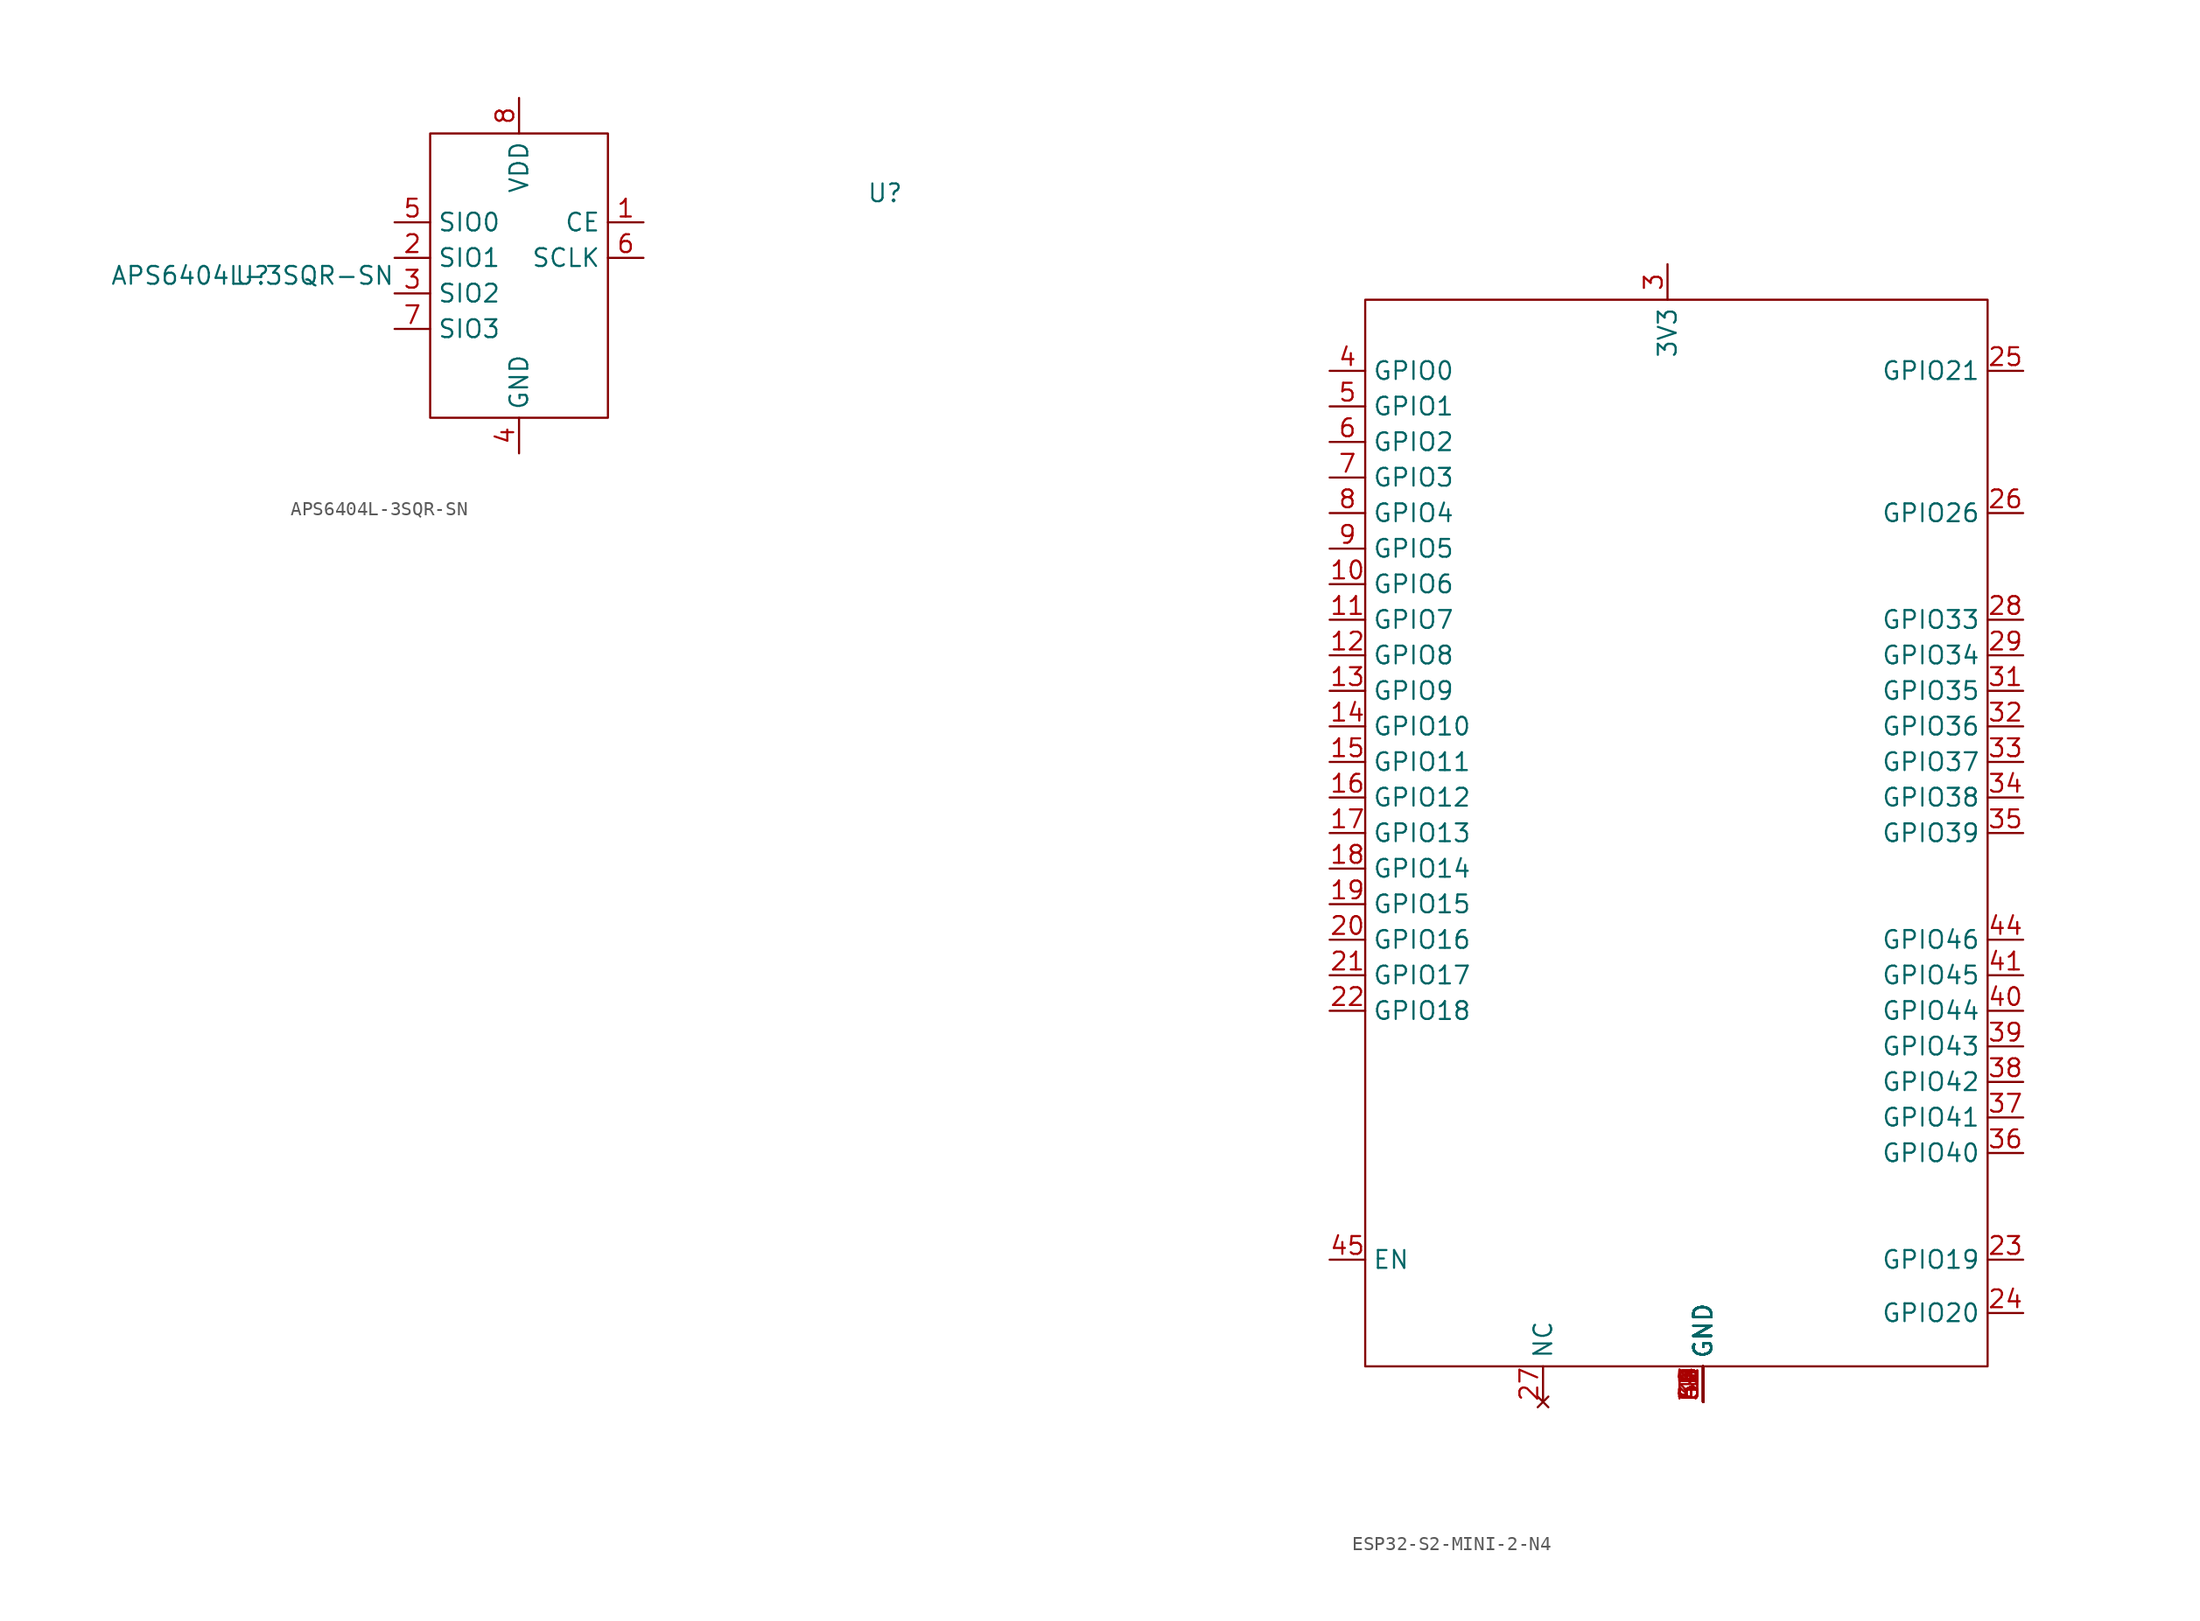
<source format=kicad_sym>
(kicad_symbol_lib
  (version 20231120)
  (generator "kicad_symbol_editor")
  (generator_version "8.0")
  (symbol "APS6404L-3SQR-SN"
    (property "Reference" "U"
      (at 0 0 0)
      (effects (font (size 1.27 1.27))))
    (property "Value" "APS6404L-3SQR-SN"
      (at 0 0 0)
      (effects (font (size 1.27 1.27))))
    (symbol "APS6404L-3SQR-SN_0_0"
      (pin input line (at 27.94 3.81 180) (length 2.54) (name "CE" (effects (font (size 1.27 1.27)))) (number "1" (effects (font (size 1.27 1.27)))))
      (pin bidirectional line (at 10.16 1.27 0) (length 2.54) (name "SIO1" (effects (font (size 1.27 1.27)))) (number "2" (effects (font (size 1.27 1.27)))))
      (pin bidirectional line (at 10.16 -1.27 0) (length 2.54) (name "SIO2" (effects (font (size 1.27 1.27)))) (number "3" (effects (font (size 1.27 1.27)))))
      (pin passive line (at 19.05 -12.7 90) (length 2.54) (name "GND" (effects (font (size 1.27 1.27)))) (number "4" (effects (font (size 1.27 1.27)))))
      (pin bidirectional line (at 10.16 3.81 0) (length 2.54) (name "SIO0" (effects (font (size 1.27 1.27)))) (number "5" (effects (font (size 1.27 1.27)))))
      (pin input line (at 27.94 1.27 180) (length 2.54) (name "SCLK" (effects (font (size 1.27 1.27)))) (number "6" (effects (font (size 1.27 1.27)))))
      (pin input line (at 10.16 -3.81 0) (length 2.54) (name "SIO3" (effects (font (size 1.27 1.27)))) (number "7" (effects (font (size 1.27 1.27)))))
      (pin power_in line (at 19.05 12.7 270) (length 2.54) (name "VDD" (effects (font (size 1.27 1.27)))) (number "8" (effects (font (size 1.27 1.27))))))
    (symbol "APS6404L-3SQR-SN_0_1"
      (rectangle (start 12.7 10.16) (end 25.4 -10.16) (stroke (width 0) (type default)) (fill (type none)))))
  (symbol "ESP32-S2-MINI-2-N4"
    (property "Reference" "U"
      (at -55.88 2.54 0)
      (effects (font (size 1.27 1.27))))
    (property "Value" ""
      (at -55.88 2.54 0)
      (effects (font (size 1.27 1.27))))
    (symbol "ESP32-S2-MINI-2-N4_0_0"
      (pin unspecified line (at 2.54 -83.82 90) (length 2.54) (name "GND" (effects (font (size 1.27 1.27)))) (number "1" (effects (font (size 1.27 1.27)))))
      (pin bidirectional line (at -24.13 -25.4 0) (length 2.54) (name "GPIO6" (effects (font (size 1.27 1.27)))) (number "10" (effects (font (size 1.27 1.27)))))
      (pin bidirectional line (at -24.13 -27.94 0) (length 2.54) (name "GPIO7" (effects (font (size 1.27 1.27)))) (number "11" (effects (font (size 1.27 1.27)))))
      (pin bidirectional line (at -24.13 -30.48 0) (length 2.54) (name "GPIO8" (effects (font (size 1.27 1.27)))) (number "12" (effects (font (size 1.27 1.27)))))
      (pin bidirectional line (at -24.13 -33.02 0) (length 2.54) (name "GPIO9" (effects (font (size 1.27 1.27)))) (number "13" (effects (font (size 1.27 1.27)))))
      (pin bidirectional line (at -24.13 -35.56 0) (length 2.54) (name "GPIO10" (effects (font (size 1.27 1.27)))) (number "14" (effects (font (size 1.27 1.27)))))
      (pin bidirectional line (at -24.13 -38.1 0) (length 2.54) (name "GPIO11" (effects (font (size 1.27 1.27)))) (number "15" (effects (font (size 1.27 1.27)))))
      (pin bidirectional line (at -24.13 -40.64 0) (length 2.54) (name "GPIO12" (effects (font (size 1.27 1.27)))) (number "16" (effects (font (size 1.27 1.27)))))
      (pin bidirectional line (at -24.13 -43.18 0) (length 2.54) (name "GPIO13" (effects (font (size 1.27 1.27)))) (number "17" (effects (font (size 1.27 1.27)))))
      (pin bidirectional line (at -24.13 -45.72 0) (length 2.54) (name "GPIO14" (effects (font (size 1.27 1.27)))) (number "18" (effects (font (size 1.27 1.27)))))
      (pin bidirectional line (at -24.13 -48.26 0) (length 2.54) (name "GPIO15" (effects (font (size 1.27 1.27)))) (number "19" (effects (font (size 1.27 1.27)))))
      (pin unspecified line (at 2.54 -83.82 90) (length 2.54) (name "GND" (effects (font (size 1.27 1.27)))) (number "2" (effects (font (size 1.27 1.27)))))
      (pin bidirectional line (at -24.13 -50.8 0) (length 2.54) (name "GPIO16" (effects (font (size 1.27 1.27)))) (number "20" (effects (font (size 1.27 1.27)))))
      (pin bidirectional line (at -24.13 -53.34 0) (length 2.54) (name "GPIO17" (effects (font (size 1.27 1.27)))) (number "21" (effects (font (size 1.27 1.27)))))
      (pin bidirectional line (at -24.13 -55.88 0) (length 2.54) (name "GPIO18" (effects (font (size 1.27 1.27)))) (number "22" (effects (font (size 1.27 1.27)))))
      (pin bidirectional line (at 25.4 -10.16 180) (length 2.54) (name "GPIO21" (effects (font (size 1.27 1.27)))) (number "25" (effects (font (size 1.27 1.27)))))
      (pin no_connect line (at -8.89 -83.82 90) (length 2.54) (name "NC" (effects (font (size 1.27 1.27)))) (number "27" (effects (font (size 1.27 1.27)))))
      (pin bidirectional line (at 25.4 -27.94 180) (length 2.54) (name "GPIO33" (effects (font (size 1.27 1.27)))) (number "28" (effects (font (size 1.27 1.27)))))
      (pin bidirectional line (at 25.4 -30.48 180) (length 2.54) (name "GPIO34" (effects (font (size 1.27 1.27)))) (number "29" (effects (font (size 1.27 1.27)))))
      (pin power_in line (at 0 -2.54 270) (length 2.54) (name "3V3" (effects (font (size 1.27 1.27)))) (number "3" (effects (font (size 1.27 1.27)))))
      (pin unspecified line (at 2.54 -83.82 90) (length 2.54) (name "GND" (effects (font (size 1.27 1.27)))) (number "30" (effects (font (size 1.27 1.27)))))
      (pin bidirectional line (at 25.4 -33.02 180) (length 2.54) (name "GPIO35" (effects (font (size 1.27 1.27)))) (number "31" (effects (font (size 1.27 1.27)))))
      (pin bidirectional line (at 25.4 -35.56 180) (length 2.54) (name "GPIO36" (effects (font (size 1.27 1.27)))) (number "32" (effects (font (size 1.27 1.27)))))
      (pin bidirectional line (at 25.4 -38.1 180) (length 2.54) (name "GPIO37" (effects (font (size 1.27 1.27)))) (number "33" (effects (font (size 1.27 1.27)))))
      (pin bidirectional line (at 25.4 -40.64 180) (length 2.54) (name "GPIO38" (effects (font (size 1.27 1.27)))) (number "34" (effects (font (size 1.27 1.27)))))
      (pin bidirectional line (at 25.4 -43.18 180) (length 2.54) (name "GPIO39" (effects (font (size 1.27 1.27)))) (number "35" (effects (font (size 1.27 1.27)))))
      (pin bidirectional line (at 25.4 -66.04 180) (length 2.54) (name "GPIO40" (effects (font (size 1.27 1.27)))) (number "36" (effects (font (size 1.27 1.27)))))
      (pin bidirectional line (at 25.4 -63.5 180) (length 2.54) (name "GPIO41" (effects (font (size 1.27 1.27)))) (number "37" (effects (font (size 1.27 1.27)))))
      (pin bidirectional line (at 25.4 -60.96 180) (length 2.54) (name "GPIO42" (effects (font (size 1.27 1.27)))) (number "38" (effects (font (size 1.27 1.27)))))
      (pin bidirectional line (at 25.4 -58.42 180) (length 2.54) (name "GPIO43" (effects (font (size 1.27 1.27)))) (number "39" (effects (font (size 1.27 1.27)))))
      (pin bidirectional line (at -24.13 -10.16 0) (length 2.54) (name "GPIO0" (effects (font (size 1.27 1.27)))) (number "4" (effects (font (size 1.27 1.27)))))
      (pin bidirectional line (at 25.4 -55.88 180) (length 2.54) (name "GPIO44" (effects (font (size 1.27 1.27)))) (number "40" (effects (font (size 1.27 1.27)))))
      (pin bidirectional line (at 25.4 -53.34 180) (length 2.54) (name "GPIO45" (effects (font (size 1.27 1.27)))) (number "41" (effects (font (size 1.27 1.27)))))
      (pin unspecified line (at 2.54 -83.82 90) (length 2.54) (name "GND" (effects (font (size 1.27 1.27)))) (number "42" (effects (font (size 1.27 1.27)))))
      (pin unspecified line (at 2.54 -83.82 90) (length 2.54) (name "GND" (effects (font (size 1.27 1.27)))) (number "43" (effects (font (size 1.27 1.27)))))
      (pin bidirectional line (at 25.4 -50.8 180) (length 2.54) (name "GPIO46" (effects (font (size 1.27 1.27)))) (number "44" (effects (font (size 1.27 1.27)))))
      (pin input line (at -24.13 -73.66 0) (length 2.54) (name "EN" (effects (font (size 1.27 1.27)))) (number "45" (effects (font (size 1.27 1.27)))))
      (pin unspecified line (at 2.54 -83.82 90) (length 2.54) (name "GND" (effects (font (size 1.27 1.27)))) (number "46" (effects (font (size 1.27 1.27)))))
      (pin unspecified line (at 2.54 -83.82 90) (length 2.54) (name "GND" (effects (font (size 1.27 1.27)))) (number "47" (effects (font (size 1.27 1.27)))))
      (pin unspecified line (at 2.54 -83.82 90) (length 2.54) (name "GND" (effects (font (size 1.27 1.27)))) (number "48" (effects (font (size 1.27 1.27)))))
      (pin unspecified line (at 2.54 -83.82 90) (length 2.54) (name "GND" (effects (font (size 1.27 1.27)))) (number "49" (effects (font (size 1.27 1.27)))))
      (pin bidirectional line (at -24.13 -12.7 0) (length 2.54) (name "GPIO1" (effects (font (size 1.27 1.27)))) (number "5" (effects (font (size 1.27 1.27)))))
      (pin unspecified line (at 2.54 -83.82 90) (length 2.54) (name "GND" (effects (font (size 1.27 1.27)))) (number "50" (effects (font (size 1.27 1.27)))))
      (pin unspecified line (at 2.54 -83.82 90) (length 2.54) (name "GND" (effects (font (size 1.27 1.27)))) (number "51" (effects (font (size 1.27 1.27)))))
      (pin unspecified line (at 2.54 -83.82 90) (length 2.54) (name "GND" (effects (font (size 1.27 1.27)))) (number "52" (effects (font (size 1.27 1.27)))))
      (pin unspecified line (at 2.54 -83.82 90) (length 2.54) (name "GND" (effects (font (size 1.27 1.27)))) (number "53" (effects (font (size 1.27 1.27)))))
      (pin unspecified line (at 2.54 -83.82 90) (length 2.54) (name "GND" (effects (font (size 1.27 1.27)))) (number "54" (effects (font (size 1.27 1.27)))))
      (pin unspecified line (at 2.54 -83.82 90) (length 2.54) (name "GND" (effects (font (size 1.27 1.27)))) (number "55" (effects (font (size 1.27 1.27)))))
      (pin unspecified line (at 2.54 -83.82 90) (length 2.54) (name "GND" (effects (font (size 1.27 1.27)))) (number "56" (effects (font (size 1.27 1.27)))))
      (pin unspecified line (at 2.54 -83.82 90) (length 2.54) (name "GND" (effects (font (size 1.27 1.27)))) (number "57" (effects (font (size 1.27 1.27)))))
      (pin unspecified line (at 2.54 -83.82 90) (length 2.54) (name "GND" (effects (font (size 1.27 1.27)))) (number "58" (effects (font (size 1.27 1.27)))))
      (pin unspecified line (at 2.54 -83.82 90) (length 2.54) (name "GND" (effects (font (size 1.27 1.27)))) (number "59" (effects (font (size 1.27 1.27)))))
      (pin bidirectional line (at -24.13 -15.24 0) (length 2.54) (name "GPIO2" (effects (font (size 1.27 1.27)))) (number "6" (effects (font (size 1.27 1.27)))))
      (pin unspecified line (at 2.54 -83.82 90) (length 2.54) (name "GND" (effects (font (size 1.27 1.27)))) (number "60" (effects (font (size 1.27 1.27)))))
      (pin unspecified line (at 2.54 -83.82 90) (length 2.54) (name "GND" (effects (font (size 1.27 1.27)))) (number "61" (effects (font (size 1.27 1.27)))))
      (pin unspecified line (at 2.54 -83.82 90) (length 2.54) (name "GND" (effects (font (size 1.27 1.27)))) (number "62" (effects (font (size 1.27 1.27)))))
      (pin unspecified line (at 2.54 -83.82 90) (length 2.54) (name "GND" (effects (font (size 1.27 1.27)))) (number "63" (effects (font (size 1.27 1.27)))))
      (pin unspecified line (at 2.54 -83.82 90) (length 2.54) (name "GND" (effects (font (size 1.27 1.27)))) (number "64" (effects (font (size 1.27 1.27)))))
      (pin unspecified line (at 2.54 -83.82 90) (length 2.54) (name "GND" (effects (font (size 1.27 1.27)))) (number "65" (effects (font (size 1.27 1.27)))))
      (pin bidirectional line (at -24.13 -17.78 0) (length 2.54) (name "GPIO3" (effects (font (size 1.27 1.27)))) (number "7" (effects (font (size 1.27 1.27)))))
      (pin bidirectional line (at -24.13 -20.32 0) (length 2.54) (name "GPIO4" (effects (font (size 1.27 1.27)))) (number "8" (effects (font (size 1.27 1.27)))))
      (pin bidirectional line (at -24.13 -22.86 0) (length 2.54) (name "GPIO5" (effects (font (size 1.27 1.27)))) (number "9" (effects (font (size 1.27 1.27))))))
    (symbol "ESP32-S2-MINI-2-N4_0_1"
      (rectangle (start -21.59 -5.08) (end 22.86 -81.28) (stroke (width 0) (type default)) (fill (type none))))
    (symbol "ESP32-S2-MINI-2-N4_1_0"
      (pin bidirectional line (at 25.4 -73.66 180) (length 2.54) (name "GPIO19" (effects (font (size 1.27 1.27)))) (number "23" (effects (font (size 1.27 1.27)))) (alternate "USB_D-" bidirectional line))
      (pin bidirectional line (at 25.4 -77.47 180) (length 2.54) (name "GPIO20" (effects (font (size 1.27 1.27)))) (number "24" (effects (font (size 1.27 1.27)))) (alternate "USB_D+" bidirectional line))
      (pin bidirectional line (at 25.4 -20.32 180) (length 2.54) (name "GPIO26" (effects (font (size 1.27 1.27)))) (number "26" (effects (font (size 1.27 1.27))))))))
</source>
